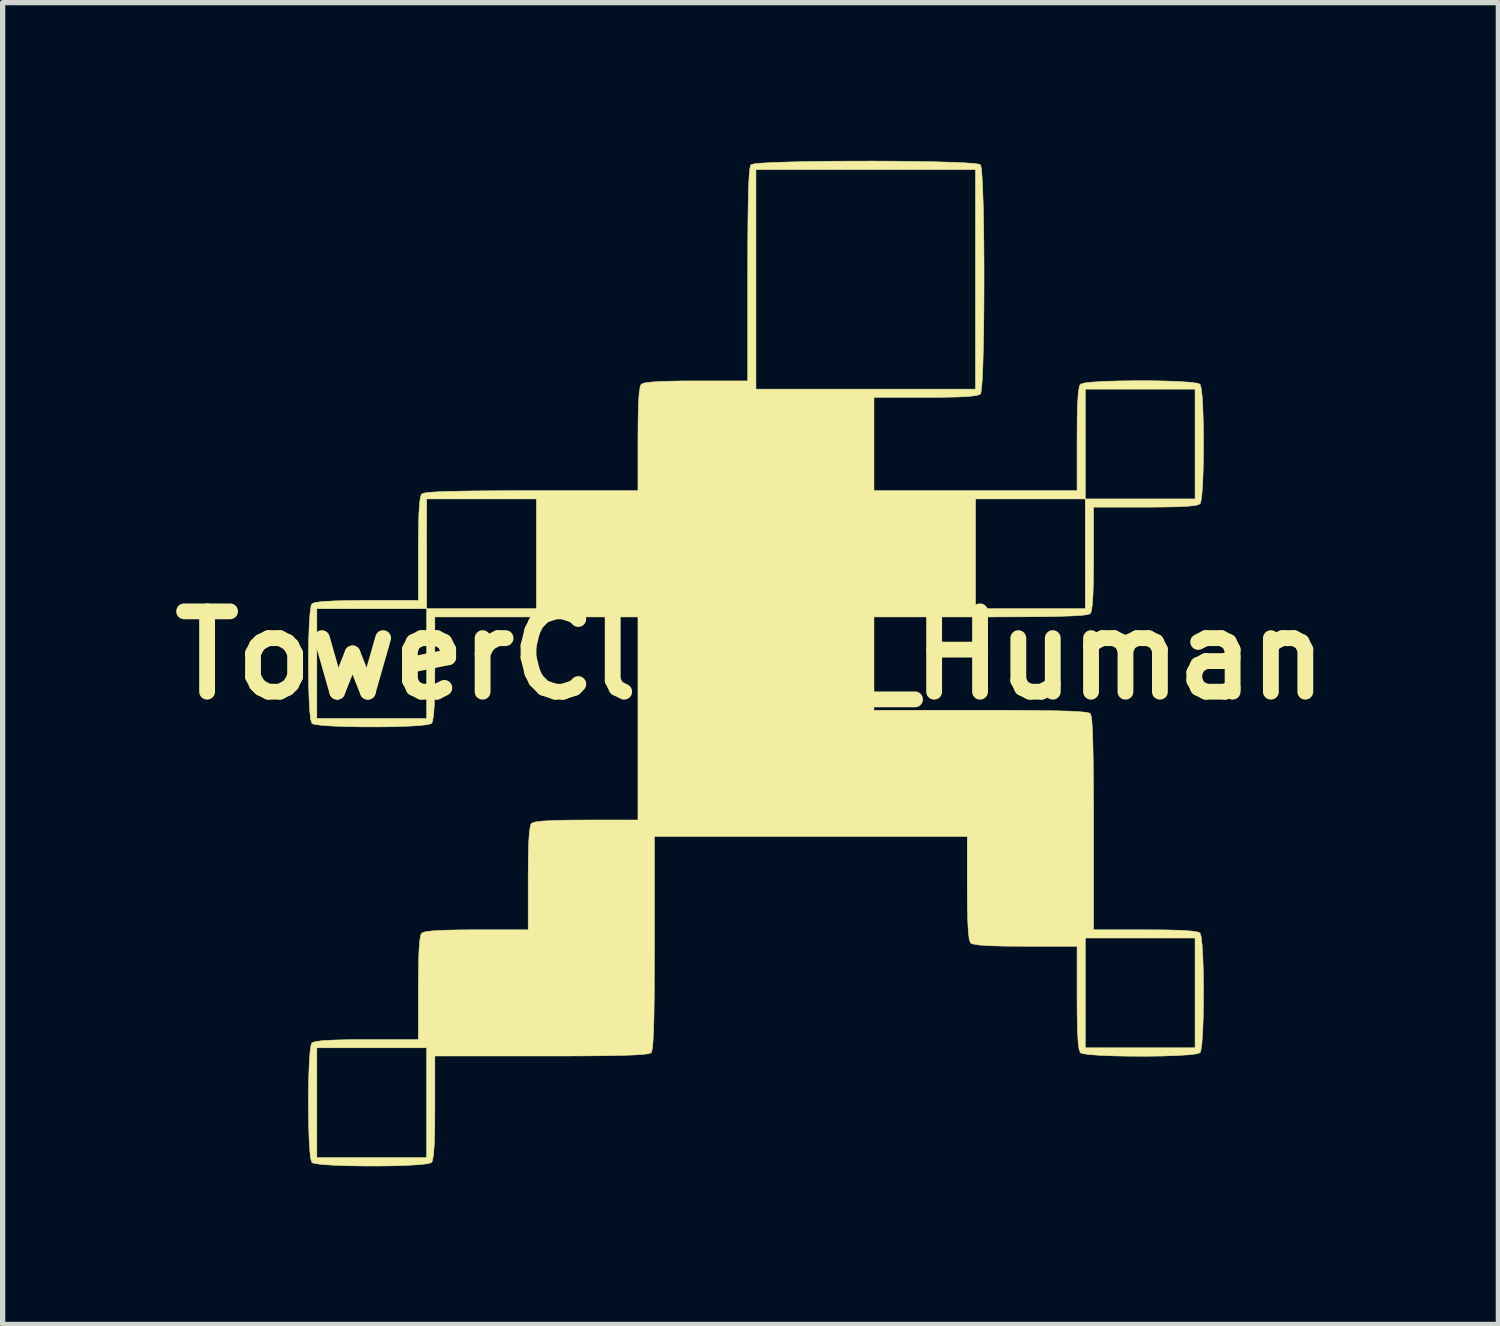
<source format=kicad_pcb>
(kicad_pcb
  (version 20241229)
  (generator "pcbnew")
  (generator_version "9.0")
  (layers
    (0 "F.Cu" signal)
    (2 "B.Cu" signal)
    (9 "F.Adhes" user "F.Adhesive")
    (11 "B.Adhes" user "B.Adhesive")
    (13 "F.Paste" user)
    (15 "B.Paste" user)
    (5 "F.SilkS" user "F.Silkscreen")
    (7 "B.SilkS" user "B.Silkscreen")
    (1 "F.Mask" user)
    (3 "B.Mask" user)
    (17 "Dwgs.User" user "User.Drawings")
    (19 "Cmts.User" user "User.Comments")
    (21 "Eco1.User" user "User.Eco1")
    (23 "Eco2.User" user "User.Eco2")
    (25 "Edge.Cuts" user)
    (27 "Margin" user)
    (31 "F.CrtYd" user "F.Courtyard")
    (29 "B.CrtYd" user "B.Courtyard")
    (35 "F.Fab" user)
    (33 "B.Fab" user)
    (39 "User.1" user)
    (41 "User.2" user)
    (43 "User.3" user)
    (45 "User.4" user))
  (footprint "TowerClimb_Human"
    (layer "F.Cu")
    (at 11.183 9.379)
    (property "Reference" "TowerClimb_Human" (at 0 0 0) (layer "F.SilkS") (effects (font (size 1.524 1.524) (thickness 0.3))))
    (attr through_hole)
    (fp_poly (pts (xy 2.735 -9.372) (xy 3.128 -9.367) (xy 3.49 -9.361) (xy 3.807 -9.352) (xy 4.065 -9.341) (xy 4.25 -9.328) (xy 4.35 -9.312) (xy 4.362 -9.306) (xy 4.378 -9.239) (xy 4.392 -9.081) (xy 4.404 -8.846) (xy 4.414 -8.548) (xy 4.421 -8.2) (xy 4.426 -7.816) (xy 4.429 -7.409) (xy 4.429 -6.993) (xy 4.427 -6.582) (xy 4.423 -6.189) (xy 4.416 -5.827) (xy 4.408 -5.51) (xy 4.397 -5.252) (xy 4.383 -5.067) (xy 4.368 -4.967) (xy 4.362 -4.955) (xy 4.297 -4.93) (xy 4.156 -4.912) (xy 3.929 -4.9) (xy 3.612 -4.894) (xy 3.321 -4.893) (xy 2.342 -4.893) (xy 2.342 -3.123) (xy 6.194 -3.123) (xy 6.194 -4.101) (xy 6.196 -4.49) (xy 6.204 -4.782) (xy 6.218 -4.984) (xy 6.229 -5.049) (xy 6.35 -5.049) (xy 6.35 -2.967) (xy 8.432 -2.967) (xy 8.432 -5.049) (xy 6.35 -5.049) (xy 6.229 -5.049) (xy 6.238 -5.103) (xy 6.256 -5.142) (xy 6.33 -5.165) (xy 6.488 -5.183) (xy 6.711 -5.196) (xy 6.981 -5.204) (xy 7.277 -5.208) (xy 7.58 -5.208) (xy 7.871 -5.203) (xy 8.131 -5.193) (xy 8.34 -5.179) (xy 8.479 -5.16) (xy 8.526 -5.142) (xy 8.548 -5.069) (xy 8.566 -4.911) (xy 8.579 -4.688) (xy 8.588 -4.418) (xy 8.592 -4.122) (xy 8.591 -3.819) (xy 8.586 -3.528) (xy 8.576 -3.268) (xy 8.562 -3.059) (xy 8.543 -2.92) (xy 8.526 -2.873) (xy 8.461 -2.848) (xy 8.32 -2.83) (xy 8.093 -2.818) (xy 7.775 -2.812) (xy 7.485 -2.811) (xy 6.506 -2.811) (xy 6.506 -1.832) (xy 6.504 -1.444) (xy 6.496 -1.152) (xy 6.482 -0.95) (xy 6.462 -0.83) (xy 6.444 -0.791) (xy 6.398 -0.774) (xy 6.292 -0.76) (xy 6.12 -0.749) (xy 5.875 -0.74) (xy 5.55 -0.734) (xy 5.138 -0.731) (xy 4.632 -0.729) (xy 4.362 -0.729) (xy 2.342 -0.729) (xy 2.342 1.041) (xy 4.362 1.041) (xy 4.914 1.042) (xy 5.369 1.045) (xy 5.734 1.05) (xy 6.016 1.057) (xy 6.221 1.067) (xy 6.356 1.079) (xy 6.429 1.095) (xy 6.444 1.103) (xy 6.461 1.149) (xy 6.475 1.255) (xy 6.486 1.427) (xy 6.494 1.672) (xy 6.5 1.997) (xy 6.504 2.409) (xy 6.506 2.915) (xy 6.506 3.185) (xy 6.506 5.205) (xy 7.485 5.205) (xy 7.873 5.207) (xy 8.165 5.215) (xy 8.367 5.229) (xy 8.487 5.249) (xy 8.526 5.267) (xy 8.548 5.341) (xy 8.566 5.499) (xy 8.579 5.722) (xy 8.588 5.992) (xy 8.592 6.288) (xy 8.591 6.591) (xy 8.586 6.882) (xy 8.576 7.142) (xy 8.562 7.351) (xy 8.543 7.49) (xy 8.526 7.537) (xy 8.452 7.559) (xy 8.294 7.577) (xy 8.071 7.59) (xy 7.801 7.599) (xy 7.505 7.603) (xy 7.202 7.602) (xy 6.911 7.597) (xy 6.651 7.587) (xy 6.442 7.573) (xy 6.303 7.554) (xy 6.256 7.537) (xy 6.232 7.472) (xy 6.214 7.331) (xy 6.202 7.104) (xy 6.195 6.787) (xy 6.194 6.496) (xy 6.194 5.517) (xy 5.215 5.517) (xy 4.827 5.515) (xy 4.535 5.507) (xy 4.333 5.493) (xy 4.213 5.473) (xy 4.174 5.455) (xy 4.15 5.39) (xy 4.146 5.361) (xy 6.35 5.361) (xy 6.35 7.443) (xy 8.432 7.443) (xy 8.432 5.361) (xy 6.35 5.361) (xy 4.146 5.361) (xy 4.132 5.249) (xy 4.12 5.022) (xy 4.113 4.705) (xy 4.112 4.414) (xy 4.112 3.435) (xy -1.822 3.435) (xy -1.822 5.455) (xy -1.823 6.007) (xy -1.825 6.462) (xy -1.83 6.827) (xy -1.838 7.109) (xy -1.848 7.314) (xy -1.86 7.449) (xy -1.876 7.522) (xy -1.884 7.537) (xy -1.93 7.554) (xy -2.036 7.568) (xy -2.207 7.579) (xy -2.452 7.587) (xy -2.778 7.593) (xy -3.19 7.597) (xy -3.696 7.599) (xy -3.966 7.599) (xy -5.986 7.599) (xy -5.986 8.578) (xy -5.988 8.966) (xy -5.996 9.258) (xy -6.01 9.46) (xy -6.03 9.58) (xy -6.048 9.619) (xy -6.122 9.641) (xy -6.28 9.659) (xy -6.503 9.672) (xy -6.772 9.681) (xy -7.068 9.685) (xy -7.372 9.684) (xy -7.663 9.679) (xy -7.923 9.669) (xy -8.132 9.655) (xy -8.271 9.636) (xy -8.317 9.619) (xy -8.34 9.545) (xy -8.358 9.387) (xy -8.371 9.164) (xy -8.379 8.894) (xy -8.383 8.598) (xy -8.383 8.295) (xy -8.378 8.004) (xy -8.368 7.744) (xy -8.354 7.535) (xy -8.341 7.443) (xy -8.224 7.443) (xy -8.224 9.525) (xy -6.142 9.525) (xy -6.142 7.443) (xy -8.224 7.443) (xy -8.341 7.443) (xy -8.335 7.396) (xy -8.317 7.349) (xy -8.253 7.325) (xy -8.111 7.307) (xy -7.885 7.295) (xy -7.567 7.288) (xy -7.276 7.287) (xy -6.298 7.287) (xy -6.298 6.308) (xy -6.295 5.92) (xy -6.288 5.628) (xy -6.274 5.426) (xy -6.254 5.306) (xy -6.235 5.267) (xy -6.171 5.243) (xy -6.029 5.225) (xy -5.803 5.213) (xy -5.485 5.206) (xy -5.195 5.205) (xy -4.216 5.205) (xy -4.216 4.226) (xy -4.213 3.838) (xy -4.206 3.546) (xy -4.192 3.344) (xy -4.172 3.224) (xy -4.154 3.185) (xy -4.089 3.161) (xy -3.947 3.143) (xy -3.721 3.131) (xy -3.403 3.124) (xy -3.113 3.123) (xy -2.134 3.123) (xy -2.134 -0.729) (xy -5.986 -0.729) (xy -5.986 0.25) (xy -5.988 0.638) (xy -5.996 0.93) (xy -6.01 1.132) (xy -6.03 1.252) (xy -6.048 1.291) (xy -6.122 1.313) (xy -6.28 1.331) (xy -6.503 1.344) (xy -6.772 1.353) (xy -7.068 1.357) (xy -7.372 1.356) (xy -7.663 1.351) (xy -7.923 1.341) (xy -8.132 1.327) (xy -8.271 1.308) (xy -8.317 1.291) (xy -8.34 1.217) (xy -8.358 1.059) (xy -8.371 0.836) (xy -8.379 0.567) (xy -8.383 0.271) (xy -8.383 -0.033) (xy -8.378 -0.324) (xy -8.368 -0.584) (xy -8.354 -0.793) (xy -8.341 -0.885) (xy -8.224 -0.885) (xy -8.224 1.197) (xy -6.142 1.197) (xy -6.142 -0.885) (xy -8.224 -0.885) (xy -8.341 -0.885) (xy -8.335 -0.932) (xy -8.317 -0.979) (xy -8.253 -1.003) (xy -8.111 -1.021) (xy -7.885 -1.033) (xy -7.567 -1.04) (xy -7.276 -1.041) (xy -6.298 -1.041) (xy -6.298 -2.02) (xy -6.295 -2.408) (xy -6.288 -2.7) (xy -6.274 -2.902) (xy -6.263 -2.967) (xy -6.142 -2.967) (xy -6.142 -0.885) (xy -4.06 -0.885) (xy -4.06 -2.967) (xy 4.268 -2.967) (xy 4.268 -0.885) (xy 6.35 -0.885) (xy 6.35 -2.967) (xy 4.268 -2.967) (xy -4.06 -2.967) (xy -6.142 -2.967) (xy -6.263 -2.967) (xy -6.254 -3.021) (xy -6.235 -3.06) (xy -6.189 -3.078) (xy -6.084 -3.092) (xy -5.912 -3.103) (xy -5.667 -3.111) (xy -5.342 -3.117) (xy -4.93 -3.121) (xy -4.424 -3.123) (xy -4.154 -3.123) (xy -2.134 -3.123) (xy -2.134 -4.101) (xy -2.131 -4.49) (xy -2.124 -4.782) (xy -2.11 -4.984) (xy -2.09 -5.103) (xy -2.072 -5.142) (xy -2.007 -5.167) (xy -1.865 -5.185) (xy -1.639 -5.197) (xy -1.321 -5.204) (xy -1.031 -5.205) (xy -0.052 -5.205) (xy -0.052 -7.224) (xy -0.051 -7.777) (xy -0.048 -8.232) (xy -0.043 -8.597) (xy -0.036 -8.878) (xy -0.026 -9.083) (xy -0.014 -9.213) (xy 0.104 -9.213) (xy 0.104 -5.049) (xy 4.268 -5.049) (xy 4.268 -9.213) (xy 0.104 -9.213) (xy -0.014 -9.213) (xy -0.014 -9.219) (xy 0.002 -9.292) (xy 0.01 -9.306) (xy 0.078 -9.323) (xy 0.236 -9.337) (xy 0.47 -9.349) (xy 0.768 -9.358) (xy 1.116 -9.366) (xy 1.501 -9.371) (xy 1.907 -9.373) (xy 2.323 -9.374) (xy 2.735 -9.372)) (stroke (width 0.01) (type solid)) (fill yes) (layer "F.SilkS")))
  (gr_rect
    (start -3 -3)
    (end 25.367 22.068)
    (stroke (width 0.1) (type default))
    (fill no)
    (layer "Edge.Cuts")))
</source>
